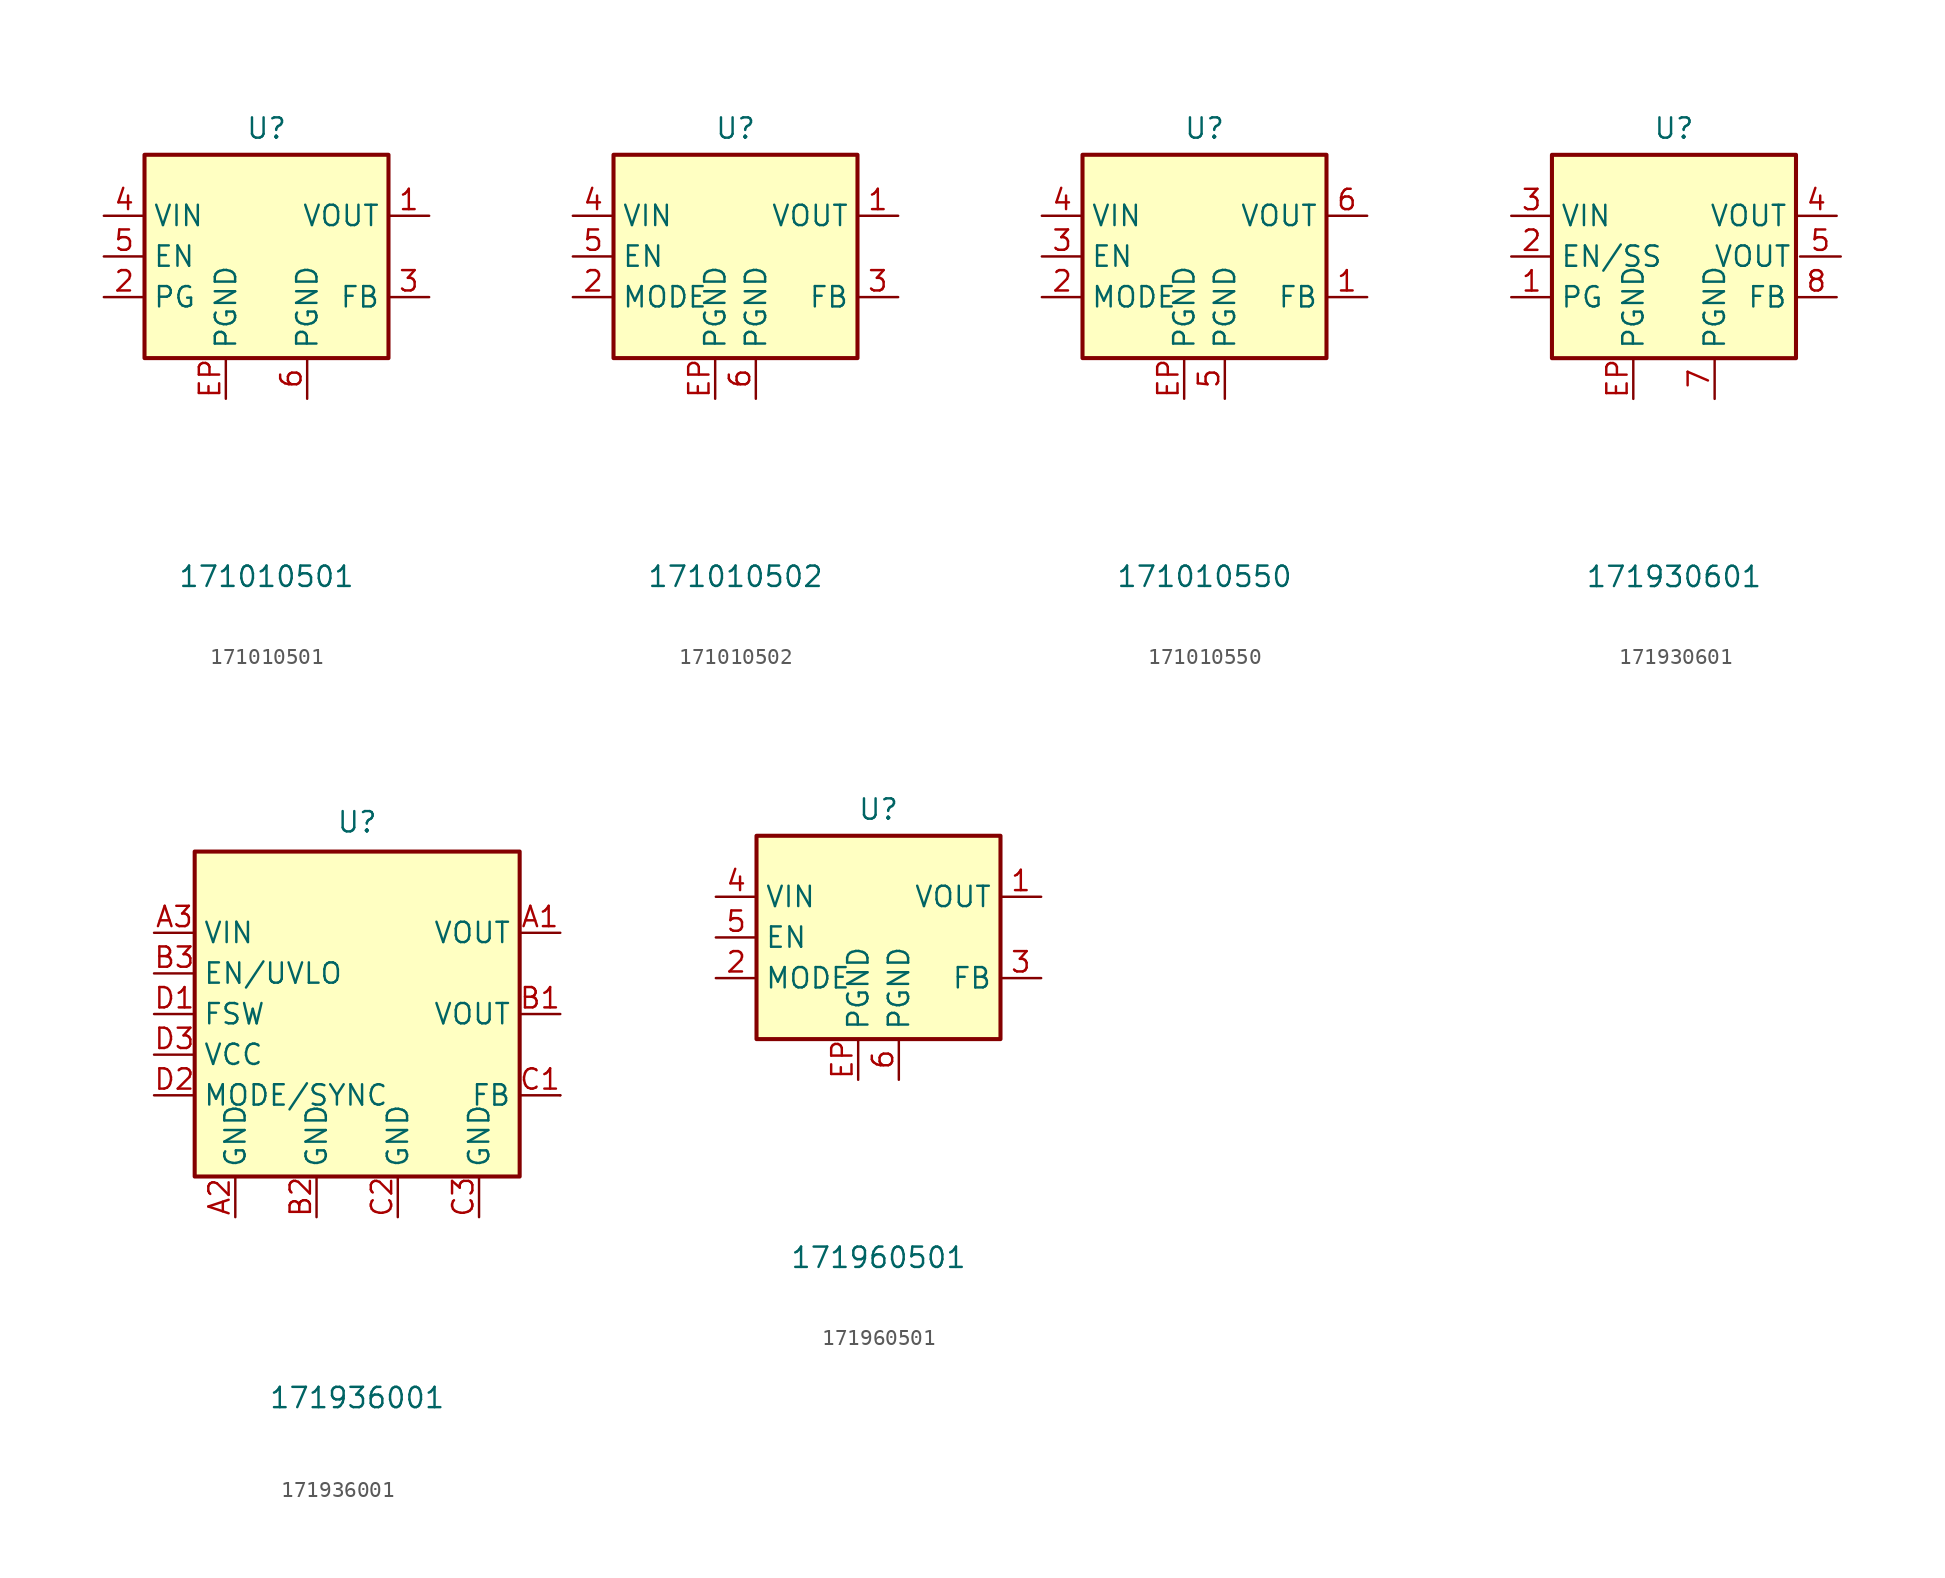
<source format=kicad_sym>
(kicad_symbol_lib
  (version 20220914)
  (generator kicad_symbol_editor)
  (symbol "171010501"
    (property "Reference" "U"
      (at 0 8 0)
      (effects (font (size 1.27 1.27))))
    (property "Value" "171010501"
      (at 0 -20 0)
      (effects (font (size 1.27 1.27))))
    (symbol "171010501_1_0"
      (rectangle (start -7.62 6.35) (end 7.62 -6.35) (stroke (width 0.254) (type solid)) (fill (type background))))
    (symbol "171010501_1_1"
      (pin power_out line (at 10.16 2.54 180) (length 2.54) (name "VOUT" (effects (font (size 1.27 1.27)))) (number "1" (effects (font (size 1.27 1.27)))))
      (pin output line (at -10.16 -2.54 0) (length 2.54) (name "PG" (effects (font (size 1.27 1.27)))) (number "2" (effects (font (size 1.27 1.27)))))
      (pin input line (at 10.16 -2.54 180) (length 2.54) (name "FB" (effects (font (size 1.27 1.27)))) (number "3" (effects (font (size 1.27 1.27)))))
      (pin power_in line (at -10.16 2.54 0) (length 2.54) (name "VIN" (effects (font (size 1.27 1.27)))) (number "4" (effects (font (size 1.27 1.27)))))
      (pin input line (at -10.16 0 0) (length 2.54) (name "EN" (effects (font (size 1.27 1.27)))) (number "5" (effects (font (size 1.27 1.27)))))
      (pin power_in line (at 2.54 -8.89 90) (length 2.54) (name "PGND" (effects (font (size 1.27 1.27)))) (number "6" (effects (font (size 1.27 1.27)))))
      (pin power_in line (at -2.54 -8.89 90) (length 2.54) (name "PGND" (effects (font (size 1.27 1.27)))) (number "EP" (effects (font (size 1.27 1.27)))))))
  (symbol "171010502"
    (property "Reference" "U"
      (at 0 8 0)
      (effects (font (size 1.27 1.27))))
    (property "Value" "171010502"
      (at 0 -20 0)
      (effects (font (size 1.27 1.27))))
    (symbol "171010502_1_0"
      (rectangle (start -7.62 6.35) (end 7.62 -6.35) (stroke (width 0.254) (type solid)) (fill (type background))))
    (symbol "171010502_1_1"
      (pin power_out line (at 10.16 2.54 180) (length 2.54) (name "VOUT" (effects (font (size 1.27 1.27)))) (number "1" (effects (font (size 1.27 1.27)))))
      (pin input line (at -10.16 -2.54 0) (length 2.54) (name "MODE" (effects (font (size 1.27 1.27)))) (number "2" (effects (font (size 1.27 1.27)))))
      (pin input line (at 10.16 -2.54 180) (length 2.54) (name "FB" (effects (font (size 1.27 1.27)))) (number "3" (effects (font (size 1.27 1.27)))))
      (pin power_in line (at -10.16 2.54 0) (length 2.54) (name "VIN" (effects (font (size 1.27 1.27)))) (number "4" (effects (font (size 1.27 1.27)))))
      (pin input line (at -10.16 0 0) (length 2.54) (name "EN" (effects (font (size 1.27 1.27)))) (number "5" (effects (font (size 1.27 1.27)))))
      (pin power_in line (at 1.27 -8.89 90) (length 2.54) (name "PGND" (effects (font (size 1.27 1.27)))) (number "6" (effects (font (size 1.27 1.27)))))
      (pin power_in line (at -1.27 -8.89 90) (length 2.54) (name "PGND" (effects (font (size 1.27 1.27)))) (number "EP" (effects (font (size 1.27 1.27)))))))
  (symbol "171010550"
    (property "Reference" "U"
      (at 0 8 0)
      (effects (font (size 1.27 1.27))))
    (property "Value" "171010550"
      (at 0 -20 0)
      (effects (font (size 1.27 1.27))))
    (symbol "171010550_1_0"
      (rectangle (start -7.62 6.35) (end 7.62 -6.35) (stroke (width 0.254) (type solid)) (fill (type background))))
    (symbol "171010550_1_1"
      (pin input line (at 10.16 -2.54 180) (length 2.54) (name "FB" (effects (font (size 1.27 1.27)))) (number "1" (effects (font (size 1.27 1.27)))))
      (pin input line (at -10.16 -2.54 0) (length 2.54) (name "MODE" (effects (font (size 1.27 1.27)))) (number "2" (effects (font (size 1.27 1.27)))))
      (pin input line (at -10.16 0 0) (length 2.54) (name "EN" (effects (font (size 1.27 1.27)))) (number "3" (effects (font (size 1.27 1.27)))))
      (pin power_in line (at -10.16 2.54 0) (length 2.54) (name "VIN" (effects (font (size 1.27 1.27)))) (number "4" (effects (font (size 1.27 1.27)))))
      (pin power_in line (at 1.27 -8.89 90) (length 2.54) (name "PGND" (effects (font (size 1.27 1.27)))) (number "5" (effects (font (size 1.27 1.27)))))
      (pin power_out line (at 10.16 2.54 180) (length 2.54) (name "VOUT" (effects (font (size 1.27 1.27)))) (number "6" (effects (font (size 1.27 1.27)))))
      (pin power_in line (at -1.27 -8.89 90) (length 2.54) (name "PGND" (effects (font (size 1.27 1.27)))) (number "EP" (effects (font (size 1.27 1.27)))))))
  (symbol "171930601"
    (property "Reference" "U"
      (at 0 8 0)
      (effects (font (size 1.27 1.27))))
    (property "Value" "171930601"
      (at 0 -20 0)
      (effects (font (size 1.27 1.27))))
    (symbol "171930601_1_0"
      (rectangle (start -7.62 6.35) (end 7.62 -6.35) (stroke (width 0.254) (type solid)) (fill (type background))))
    (symbol "171930601_1_1"
      (pin output line (at -10.16 -2.54 0) (length 2.54) (name "PG" (effects (font (size 1.27 1.27)))) (number "1" (effects (font (size 1.27 1.27)))))
      (pin input line (at -10.16 0 0) (length 2.54) (name "EN/SS" (effects (font (size 1.27 1.27)))) (number "2" (effects (font (size 1.27 1.27)))))
      (pin power_in line (at -10.16 2.54 0) (length 2.54) (name "VIN" (effects (font (size 1.27 1.27)))) (number "3" (effects (font (size 1.27 1.27)))))
      (pin power_out line (at 10.16 2.54 180) (length 2.54) (name "VOUT" (effects (font (size 1.27 1.27)))) (number "4" (effects (font (size 1.27 1.27)))))
      (pin power_out line (at 10.414 0 180) (length 2.54) (name "VOUT" (effects (font (size 1.27 1.27)))) (number "5" (effects (font (size 1.27 1.27)))))
      (pin power_in line (at 2.54 -8.89 90) (length 2.54) (name "PGND" (effects (font (size 1.27 1.27)))) (number "7" (effects (font (size 1.27 1.27)))))
      (pin input line (at 10.16 -2.54 180) (length 2.54) (name "FB" (effects (font (size 1.27 1.27)))) (number "8" (effects (font (size 1.27 1.27)))))
      (pin power_in line (at -2.54 -8.89 90) (length 2.54) (name "PGND" (effects (font (size 1.27 1.27)))) (number "EP" (effects (font (size 1.27 1.27)))))))
  (symbol "171936001"
    (property "Reference" "U"
      (at 0 12 0)
      (effects (font (size 1.27 1.27))))
    (property "Value" "171936001"
      (at 0 -24 0)
      (effects (font (size 1.27 1.27))))
    (symbol "171936001_0_0"
      (rectangle (start 12.7 -5.08) (end 12.7 -5.08) (stroke (width 0) (type default)) (fill (type none)))
      (text "" (at -15.24 2.54 0) (effects (font (size 1.27 1.27))))
      (text "" (at -13.97 2.54 0) (effects (font (size 1.27 1.27)))))
    (symbol "171936001_1_1"
      (rectangle (start -10.16 10.16) (end 10.16 -10.16) (stroke (width 0.254) (type solid)) (fill (type background)))
      (pin power_in line (at 12.7 5.08 180) (length 2.54) (name "VOUT" (effects (font (size 1.27 1.27)))) (number "A1" (effects (font (size 1.27 1.27)))))
      (pin power_in line (at -7.62 -12.7 90) (length 2.54) (name "GND" (effects (font (size 1.27 1.27)))) (number "A2" (effects (font (size 1.27 1.27)))))
      (pin power_in line (at -12.7 5.08 0) (length 2.54) (name "VIN" (effects (font (size 1.27 1.27)))) (number "A3" (effects (font (size 1.27 1.27)))))
      (pin power_in line (at 12.7 0 180) (length 2.54) (name "VOUT" (effects (font (size 1.27 1.27)))) (number "B1" (effects (font (size 1.27 1.27)))))
      (pin power_in line (at -2.54 -12.7 90) (length 2.54) (name "GND" (effects (font (size 1.27 1.27)))) (number "B2" (effects (font (size 1.27 1.27)))))
      (pin input line (at -12.7 2.54 0) (length 2.54) (name "EN/UVLO" (effects (font (size 1.27 1.27)))) (number "B3" (effects (font (size 1.27 1.27)))))
      (pin input line (at 12.7 -5.08 180) (length 2.54) (name "FB" (effects (font (size 1.27 1.27)))) (number "C1" (effects (font (size 1.27 1.27)))))
      (pin power_in line (at 2.54 -12.7 90) (length 2.54) (name "GND" (effects (font (size 1.27 1.27)))) (number "C2" (effects (font (size 1.27 1.27)))))
      (pin power_in line (at 7.62 -12.7 90) (length 2.54) (name "GND" (effects (font (size 1.27 1.27)))) (number "C3" (effects (font (size 1.27 1.27)))))
      (pin input line (at -12.7 0 0) (length 2.54) (name "FSW" (effects (font (size 1.27 1.27)))) (number "D1" (effects (font (size 1.27 1.27)))))
      (pin input line (at -12.7 -5.08 0) (length 2.54) (name "MODE/SYNC" (effects (font (size 1.27 1.27)))) (number "D2" (effects (font (size 1.27 1.27)))))
      (pin power_in line (at -12.7 -2.54 0) (length 2.54) (name "VCC" (effects (font (size 1.27 1.27)))) (number "D3" (effects (font (size 1.27 1.27)))))))
  (symbol "171960501"
    (property "Reference" "U"
      (at 0 8 0)
      (effects (font (size 1.27 1.27))))
    (property "Value" "171960501"
      (at 0 -20 0)
      (effects (font (size 1.27 1.27))))
    (symbol "171960501_1_0"
      (rectangle (start -7.62 6.35) (end 7.62 -6.35) (stroke (width 0.254) (type solid)) (fill (type background))))
    (symbol "171960501_1_1"
      (pin power_out line (at 10.16 2.54 180) (length 2.54) (name "VOUT" (effects (font (size 1.27 1.27)))) (number "1" (effects (font (size 1.27 1.27)))))
      (pin input line (at -10.16 -2.54 0) (length 2.54) (name "MODE" (effects (font (size 1.27 1.27)))) (number "2" (effects (font (size 1.27 1.27)))))
      (pin input line (at 10.16 -2.54 180) (length 2.54) (name "FB" (effects (font (size 1.27 1.27)))) (number "3" (effects (font (size 1.27 1.27)))))
      (pin power_in line (at -10.16 2.54 0) (length 2.54) (name "VIN" (effects (font (size 1.27 1.27)))) (number "4" (effects (font (size 1.27 1.27)))))
      (pin input line (at -10.16 0 0) (length 2.54) (name "EN" (effects (font (size 1.27 1.27)))) (number "5" (effects (font (size 1.27 1.27)))))
      (pin power_in line (at 1.27 -8.89 90) (length 2.54) (name "PGND" (effects (font (size 1.27 1.27)))) (number "6" (effects (font (size 1.27 1.27)))))
      (pin power_in line (at -1.27 -8.89 90) (length 2.54) (name "PGND" (effects (font (size 1.27 1.27)))) (number "EP" (effects (font (size 1.27 1.27))))))))
</source>
